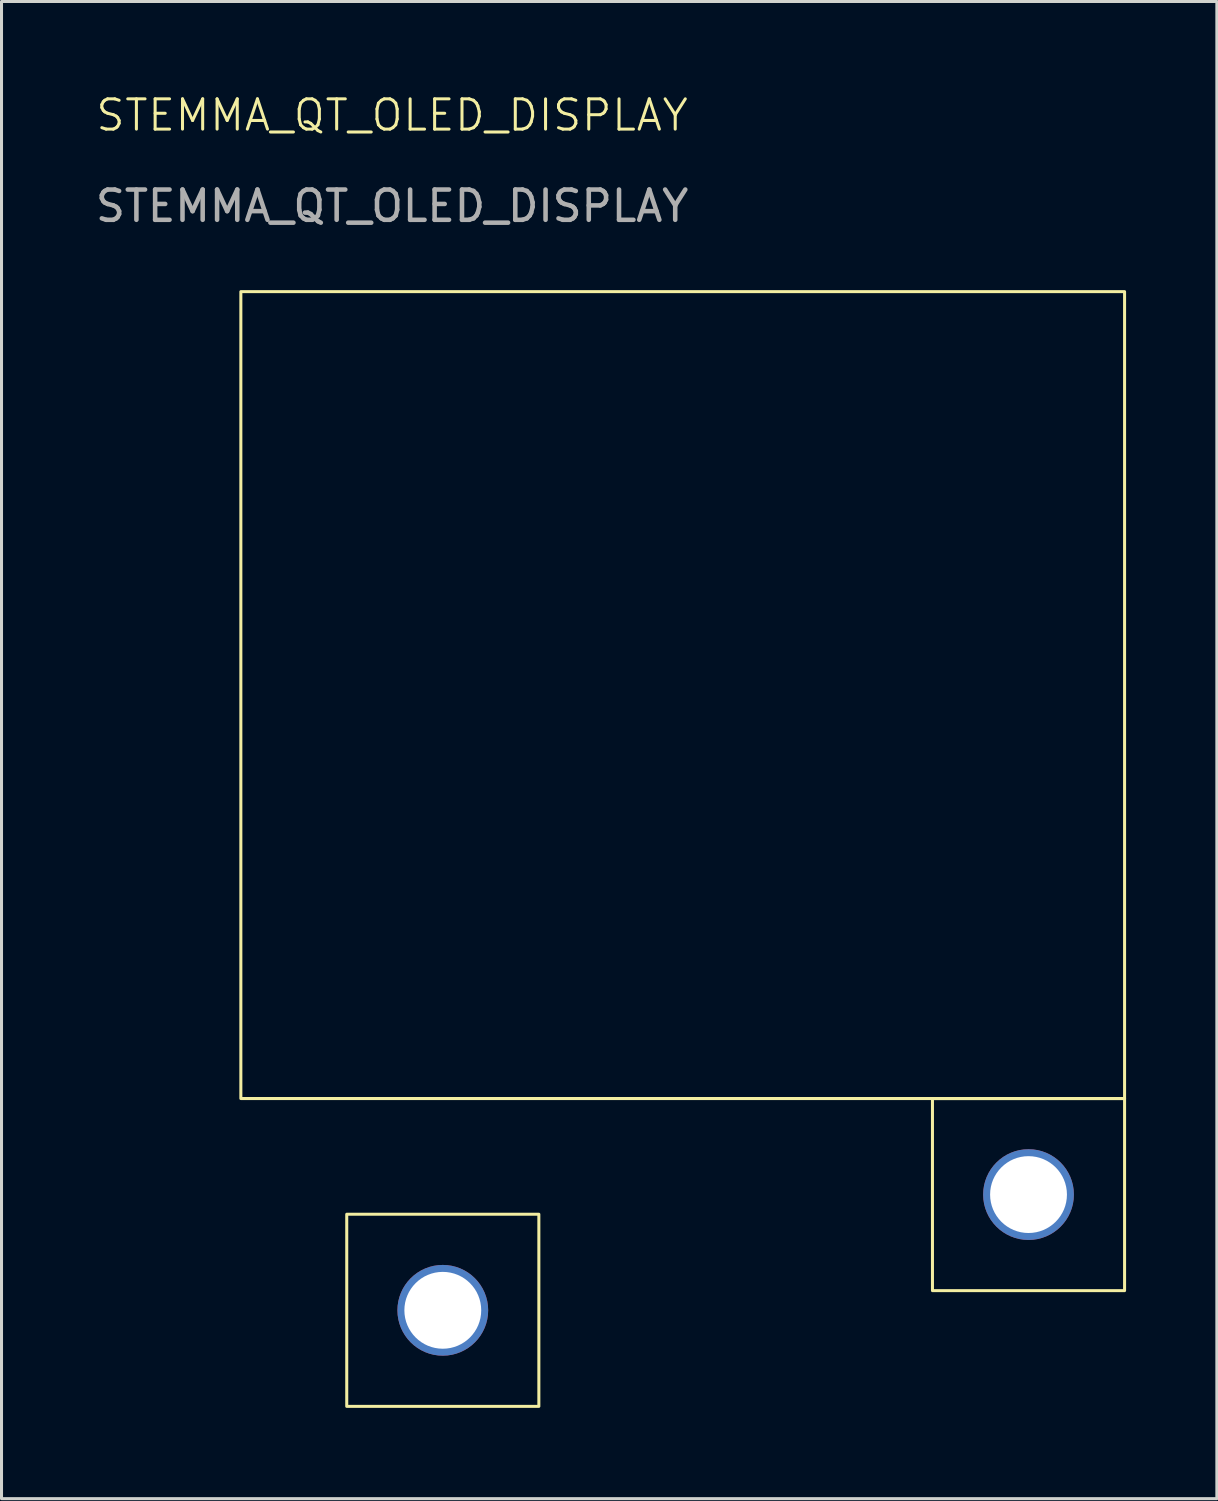
<source format=kicad_pcb>
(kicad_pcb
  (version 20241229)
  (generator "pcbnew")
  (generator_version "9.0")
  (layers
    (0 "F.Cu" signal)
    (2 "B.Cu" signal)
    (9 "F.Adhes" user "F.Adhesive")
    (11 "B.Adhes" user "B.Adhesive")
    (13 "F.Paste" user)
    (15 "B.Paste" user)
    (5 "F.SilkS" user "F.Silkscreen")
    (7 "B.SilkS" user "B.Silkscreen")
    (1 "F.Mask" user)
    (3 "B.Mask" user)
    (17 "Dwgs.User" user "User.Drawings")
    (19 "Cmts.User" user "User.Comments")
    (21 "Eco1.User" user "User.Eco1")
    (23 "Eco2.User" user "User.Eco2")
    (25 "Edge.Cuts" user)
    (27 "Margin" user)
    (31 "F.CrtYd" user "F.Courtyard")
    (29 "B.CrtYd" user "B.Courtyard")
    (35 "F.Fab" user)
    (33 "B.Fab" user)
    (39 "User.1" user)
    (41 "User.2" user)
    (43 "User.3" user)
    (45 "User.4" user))
  (footprint "STEMMA_QT_OLED_DISPLAY"
    (layer "F.Cu")
    (at 9.911 1.26)
    (property "Reference" "STEMMA_QT_OLED_DISPLAY" (at 0 -0.5 0) (unlocked yes) (layer "F.SilkS") (effects (font (size 1 1) (thickness 0.1))))
    (attr through_hole)
    (fp_rect (start -5 5.33) (end 24.21 32) (stroke (width 0.1) (type default)) (fill no) (layer "F.SilkS"))
    (fp_rect (start -1.5 35.825) (end 4.85 42.175) (stroke (width 0.1) (type default)) (fill no) (layer "F.SilkS"))
    (fp_rect (start 17.86 32) (end 24.21 38.35) (stroke (width 0.1) (type default)) (fill no) (layer "F.SilkS"))
    (fp_text user "${REFERENCE}" (at 0 2.5 0) (unlocked yes) (layer "F.Fab") (effects (font (size 1 1) (thickness 0.15))))
    (pad "1" thru_hole circle (at 1.675 39) (size 3 3) (drill 2.54) (layers "*.Cu" "*.Mask"))
    (pad "1" thru_hole circle (at 21.035 35.175) (size 3 3) (drill 2.54) (layers "*.Cu" "*.Mask")))
  (gr_rect
    (start -3 -3)
    (end 37.171 46.486)
    (stroke (width 0.1) (type default))
    (fill no)
    (layer "Edge.Cuts")))
</source>
